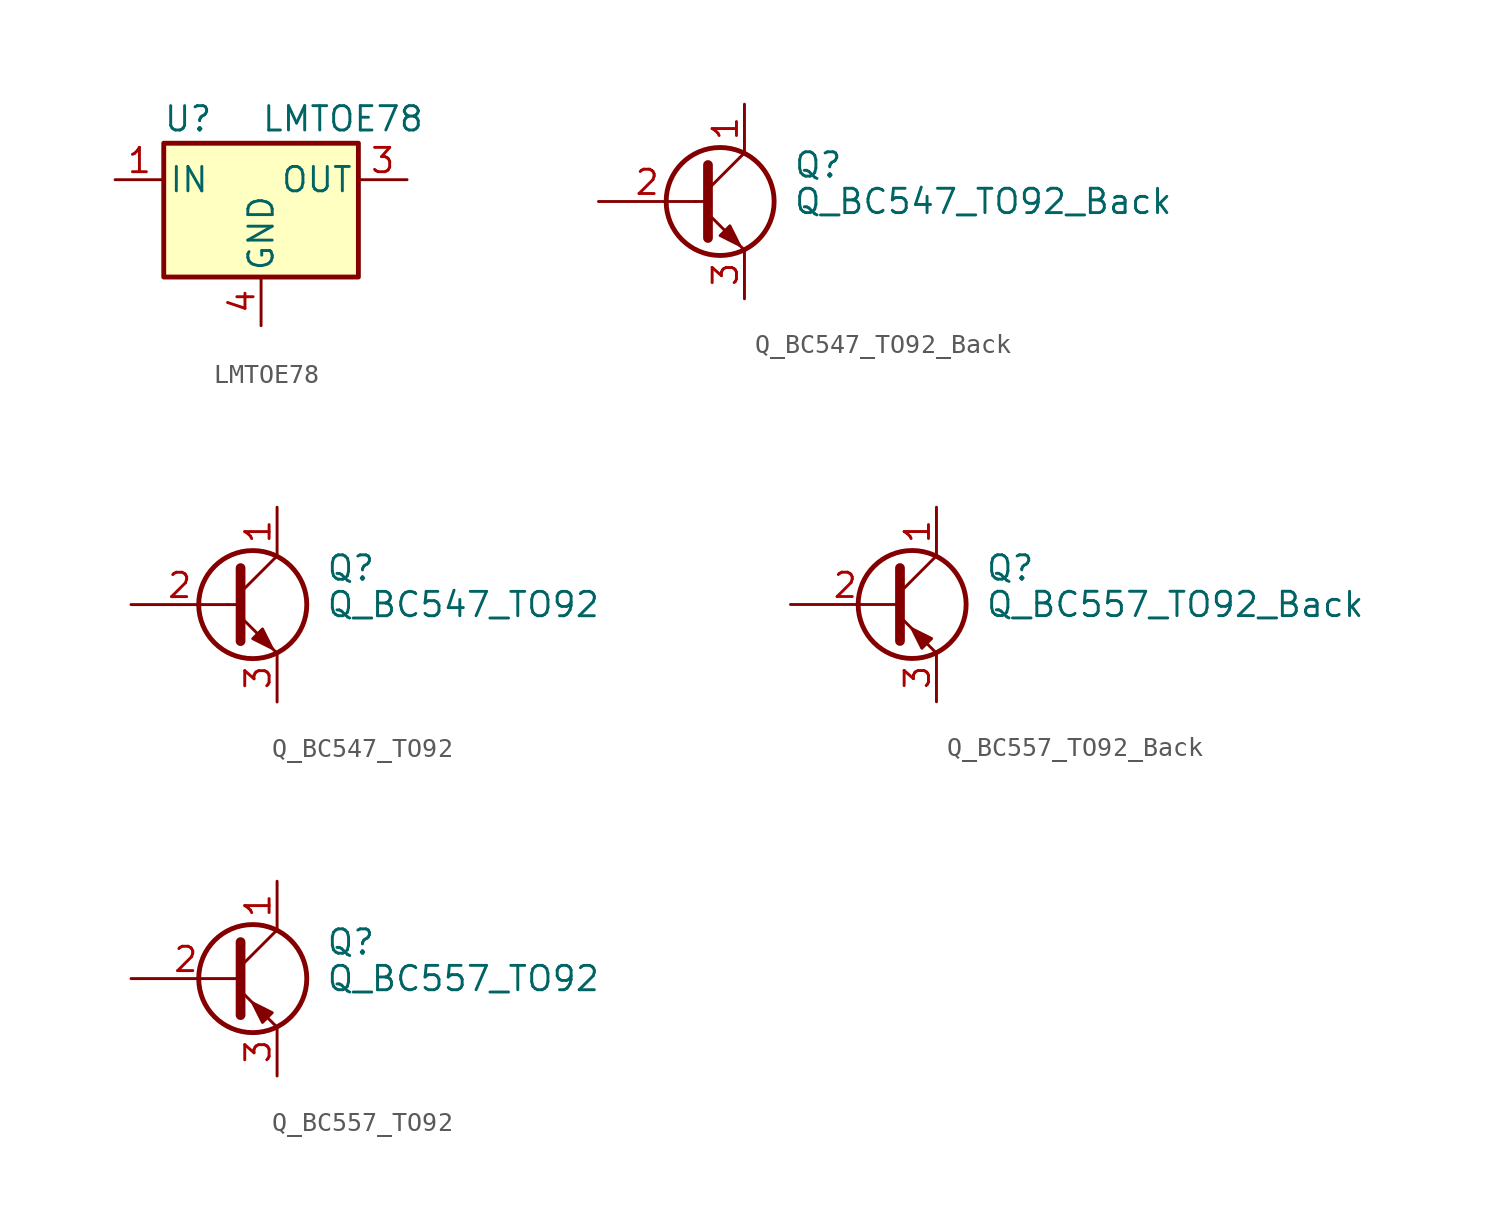
<source format=kicad_sym>
(kicad_symbol_lib
  (version 20211014)
  (generator kicad_symbol_editor)
  (symbol "LMTOE78"
    (pin_names
      (offset 0.254))
    (property "Reference" "U"
      (at -3.81 3.175 0)
      (effects (font (size 1.27 1.27))))
    (property "Value" "LMTOE78"
      (at 0 3.175 0)
      (effects (font (size 1.27 1.27)) (justify left)))
    (symbol "LMTOE78_0_1"
      (rectangle (start -5.08 1.905) (end 5.08 -5.08) (stroke (width 0.254) (type default) (color 0 0 0 0)) (fill (type background))))
    (symbol "LMTOE78_1_1"
      (pin power_in line (at -7.62 0 0) (length 2.54) (name "IN" (effects (font (size 1.27 1.27)))) (number "1" (effects (font (size 1.27 1.27)))))
      (pin power_out line (at 7.62 0 180) (length 2.54) (name "OUT" (effects (font (size 1.27 1.27)))) (number "3" (effects (font (size 1.27 1.27)))))
      (pin power_in line (at 0 -7.62 90) (length 2.54) (name "GND" (effects (font (size 1.27 1.27)))) (number "4" (effects (font (size 1.27 1.27)))))))
  (symbol "Q_BC547_TO92_Back"
    (pin_names
      (offset 0) hide)
    (property "Reference" "Q"
      (at 5.08 1.905 0)
      (effects (font (size 1.27 1.27)) (justify left)))
    (property "Value" "Q_BC547_TO92_Back"
      (at 5.08 0 0)
      (effects (font (size 1.27 1.27)) (justify left)))
    (symbol "Q_BC547_TO92_Back_0_1"
      (polyline (pts (xy 0 0) (xy 0.635 0)) (stroke (width 0) (type default) (color 0 0 0 0)) (fill (type none)))
      (polyline (pts (xy 0.635 0.635) (xy 2.54 2.54)) (stroke (width 0) (type default) (color 0 0 0 0)) (fill (type none)))
      (polyline (pts (xy 0.635 -0.635) (xy 2.54 -2.54) (xy 2.54 -2.54)) (stroke (width 0) (type default) (color 0 0 0 0)) (fill (type none)))
      (polyline (pts (xy 0.635 1.905) (xy 0.635 -1.905) (xy 0.635 -1.905)) (stroke (width 0.508) (type default) (color 0 0 0 0)) (fill (type none)))
      (polyline (pts (xy 1.27 -1.778) (xy 1.778 -1.27) (xy 2.286 -2.286) (xy 1.27 -1.778) (xy 1.27 -1.778)) (stroke (width 0) (type default) (color 0 0 0 0)) (fill (type outline)))
      (circle (center 1.27 0) (radius 2.819) (stroke (width 0.254) (type default) (color 0 0 0 0)) (fill (type none))))
    (symbol "Q_BC547_TO92_Back_1_1"
      (pin passive line (at 2.54 5.08 270) (length 2.54) (name "C" (effects (font (size 1.27 1.27)))) (number "1" (effects (font (size 1.27 1.27)))))
      (pin input line (at -5.08 0 0) (length 5.08) (name "B" (effects (font (size 1.27 1.27)))) (number "2" (effects (font (size 1.27 1.27)))))
      (pin passive line (at 2.54 -5.08 90) (length 2.54) (name "E" (effects (font (size 1.27 1.27)))) (number "3" (effects (font (size 1.27 1.27)))))))
  (symbol "Q_BC547_TO92"
    (pin_names
      (offset 0) hide)
    (property "Reference" "Q"
      (at 5.08 1.905 0)
      (effects (font (size 1.27 1.27)) (justify left)))
    (property "Value" "Q_BC547_TO92"
      (at 5.08 0 0)
      (effects (font (size 1.27 1.27)) (justify left)))
    (symbol "Q_BC547_TO92_0_1"
      (polyline (pts (xy 0 0) (xy 0.635 0)) (stroke (width 0) (type default) (color 0 0 0 0)) (fill (type none)))
      (polyline (pts (xy 0.635 0.635) (xy 2.54 2.54)) (stroke (width 0) (type default) (color 0 0 0 0)) (fill (type none)))
      (polyline (pts (xy 0.635 -0.635) (xy 2.54 -2.54) (xy 2.54 -2.54)) (stroke (width 0) (type default) (color 0 0 0 0)) (fill (type none)))
      (polyline (pts (xy 0.635 1.905) (xy 0.635 -1.905) (xy 0.635 -1.905)) (stroke (width 0.508) (type default) (color 0 0 0 0)) (fill (type none)))
      (polyline (pts (xy 1.27 -1.778) (xy 1.778 -1.27) (xy 2.286 -2.286) (xy 1.27 -1.778) (xy 1.27 -1.778)) (stroke (width 0) (type default) (color 0 0 0 0)) (fill (type outline)))
      (circle (center 1.27 0) (radius 2.819) (stroke (width 0.254) (type default) (color 0 0 0 0)) (fill (type none))))
    (symbol "Q_BC547_TO92_1_1"
      (pin passive line (at 2.54 5.08 270) (length 2.54) (name "C" (effects (font (size 1.27 1.27)))) (number "1" (effects (font (size 1.27 1.27)))))
      (pin input line (at -5.08 0 0) (length 5.08) (name "B" (effects (font (size 1.27 1.27)))) (number "2" (effects (font (size 1.27 1.27)))))
      (pin passive line (at 2.54 -5.08 90) (length 2.54) (name "E" (effects (font (size 1.27 1.27)))) (number "3" (effects (font (size 1.27 1.27)))))))
  (symbol "Q_BC557_TO92_Back"
    (pin_names
      (offset 0) hide)
    (property "Reference" "Q"
      (at 5.08 1.905 0)
      (effects (font (size 1.27 1.27)) (justify left)))
    (property "Value" "Q_BC557_TO92_Back"
      (at 5.08 0 0)
      (effects (font (size 1.27 1.27)) (justify left)))
    (symbol "Q_BC557_TO92_Back_0_1"
      (polyline (pts (xy 0.635 0.635) (xy 2.54 2.54)) (stroke (width 0) (type default) (color 0 0 0 0)) (fill (type none)))
      (polyline (pts (xy 0.635 -0.635) (xy 2.54 -2.54) (xy 2.54 -2.54)) (stroke (width 0) (type default) (color 0 0 0 0)) (fill (type none)))
      (polyline (pts (xy 0.635 1.905) (xy 0.635 -1.905) (xy 0.635 -1.905)) (stroke (width 0.508) (type default) (color 0 0 0 0)) (fill (type none)))
      (polyline (pts (xy 2.286 -1.778) (xy 1.778 -2.286) (xy 1.27 -1.27) (xy 2.286 -1.778) (xy 2.286 -1.778)) (stroke (width 0) (type default) (color 0 0 0 0)) (fill (type outline)))
      (circle (center 1.27 0) (radius 2.819) (stroke (width 0.254) (type default) (color 0 0 0 0)) (fill (type none))))
    (symbol "Q_BC557_TO92_Back_1_1"
      (pin passive line (at 2.54 5.08 270) (length 2.54) (name "C" (effects (font (size 1.27 1.27)))) (number "1" (effects (font (size 1.27 1.27)))))
      (pin input line (at -5.08 0 0) (length 5.715) (name "B" (effects (font (size 1.27 1.27)))) (number "2" (effects (font (size 1.27 1.27)))))
      (pin passive line (at 2.54 -5.08 90) (length 2.54) (name "E" (effects (font (size 1.27 1.27)))) (number "3" (effects (font (size 1.27 1.27)))))))
  (symbol "Q_BC557_TO92"
    (pin_names
      (offset 0) hide)
    (property "Reference" "Q"
      (at 5.08 1.905 0)
      (effects (font (size 1.27 1.27)) (justify left)))
    (property "Value" "Q_BC557_TO92"
      (at 5.08 0 0)
      (effects (font (size 1.27 1.27)) (justify left)))
    (symbol "Q_BC557_TO92_0_1"
      (polyline (pts (xy 0.635 0.635) (xy 2.54 2.54)) (stroke (width 0) (type default) (color 0 0 0 0)) (fill (type none)))
      (polyline (pts (xy 0.635 -0.635) (xy 2.54 -2.54) (xy 2.54 -2.54)) (stroke (width 0) (type default) (color 0 0 0 0)) (fill (type none)))
      (polyline (pts (xy 0.635 1.905) (xy 0.635 -1.905) (xy 0.635 -1.905)) (stroke (width 0.508) (type default) (color 0 0 0 0)) (fill (type none)))
      (polyline (pts (xy 2.286 -1.778) (xy 1.778 -2.286) (xy 1.27 -1.27) (xy 2.286 -1.778) (xy 2.286 -1.778)) (stroke (width 0) (type default) (color 0 0 0 0)) (fill (type outline)))
      (circle (center 1.27 0) (radius 2.819) (stroke (width 0.254) (type default) (color 0 0 0 0)) (fill (type none))))
    (symbol "Q_BC557_TO92_1_1"
      (pin passive line (at 2.54 5.08 270) (length 2.54) (name "C" (effects (font (size 1.27 1.27)))) (number "1" (effects (font (size 1.27 1.27)))))
      (pin input line (at -5.08 0 0) (length 5.715) (name "B" (effects (font (size 1.27 1.27)))) (number "2" (effects (font (size 1.27 1.27)))))
      (pin passive line (at 2.54 -5.08 90) (length 2.54) (name "E" (effects (font (size 1.27 1.27)))) (number "3" (effects (font (size 1.27 1.27))))))))
</source>
